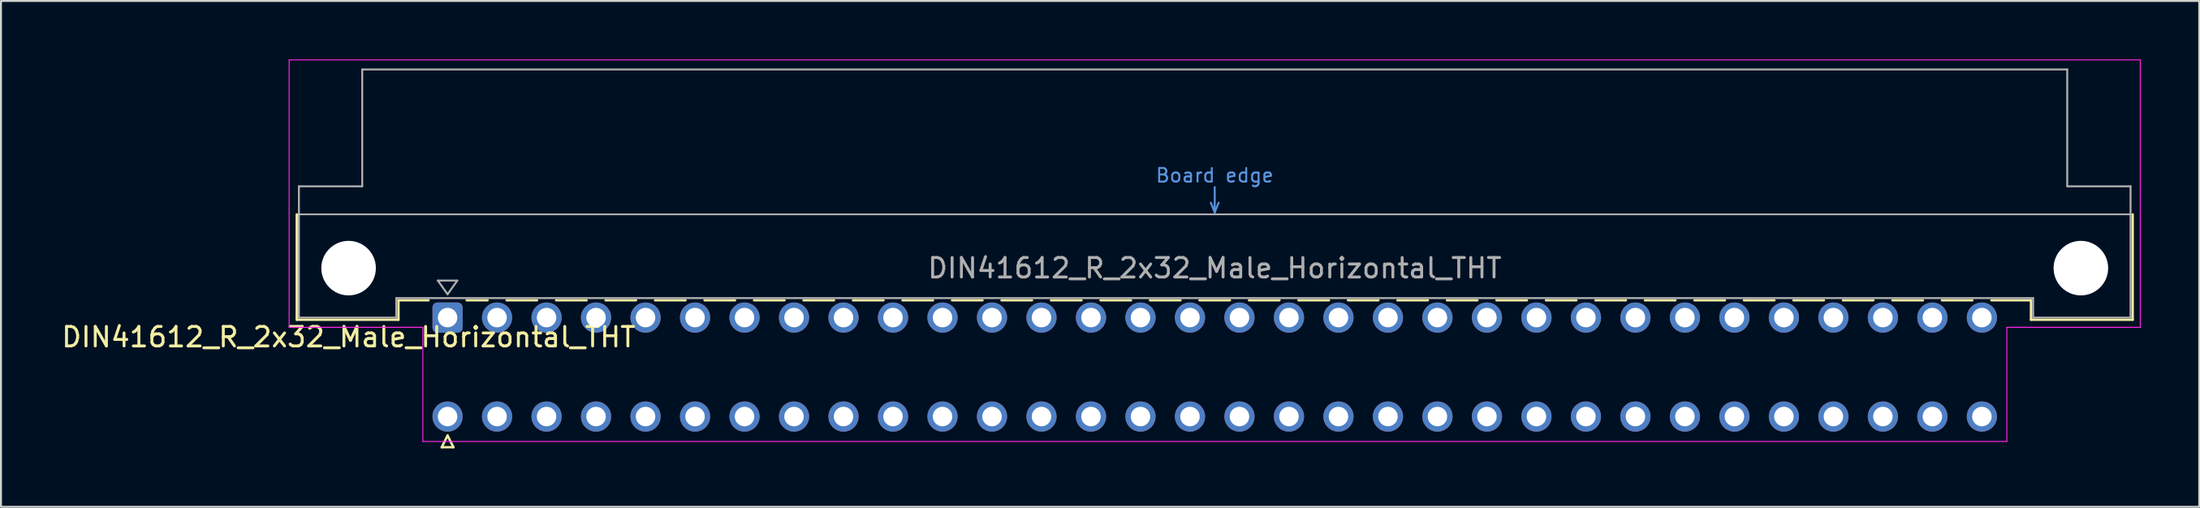
<source format=kicad_pcb>
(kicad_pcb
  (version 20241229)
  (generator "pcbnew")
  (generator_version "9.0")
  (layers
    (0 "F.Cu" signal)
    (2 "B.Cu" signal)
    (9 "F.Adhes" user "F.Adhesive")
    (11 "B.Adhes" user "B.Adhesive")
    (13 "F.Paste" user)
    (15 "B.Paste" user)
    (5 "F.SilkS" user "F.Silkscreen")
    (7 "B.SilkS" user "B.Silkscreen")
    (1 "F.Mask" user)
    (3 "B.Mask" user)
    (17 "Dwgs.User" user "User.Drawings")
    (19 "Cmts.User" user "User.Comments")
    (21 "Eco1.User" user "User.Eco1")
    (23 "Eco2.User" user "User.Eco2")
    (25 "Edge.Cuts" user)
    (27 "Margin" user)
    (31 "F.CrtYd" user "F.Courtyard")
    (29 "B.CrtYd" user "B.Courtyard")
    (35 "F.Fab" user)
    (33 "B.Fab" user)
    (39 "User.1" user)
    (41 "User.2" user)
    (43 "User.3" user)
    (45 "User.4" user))
  (footprint "DIN41612_R_2x32_Male_Horizontal_THT"
    (layer "F.Cu")
    (at 19.919 13.255)
    (property "Reference" "DIN41612_R_2x32_Male_Horizontal_THT" (at -5.08 1 0) (layer "F.SilkS") (effects (font (size 1 1) (thickness 0.15))))
    (attr through_hole)
    (fp_line (start -7.74 -5.3) (end -7.74 0.11) (stroke (width 0.12) (type solid)) (layer "F.SilkS"))
    (fp_line (start -7.74 0.11) (end -2.52 0.11) (stroke (width 0.12) (type solid)) (layer "F.SilkS"))
    (fp_line (start -2.521 -0.89) (end -0.976 -0.89) (stroke (width 0.12) (type solid)) (layer "F.SilkS"))
    (fp_line (start -2.52 0.11) (end -2.52 -0.89) (stroke (width 0.12) (type solid)) (layer "F.SilkS"))
    (fp_line (start -0.3 6.655) (end 0.3 6.655) (stroke (width 0.12) (type solid)) (layer "F.SilkS"))
    (fp_line (start 0 6.055) (end -0.3 6.655) (stroke (width 0.12) (type solid)) (layer "F.SilkS"))
    (fp_line (start 0.3 6.655) (end 0 6.055) (stroke (width 0.12) (type solid)) (layer "F.SilkS"))
    (fp_line (start 0.976 -0.89) (end 2.053 -0.89) (stroke (width 0.12) (type solid)) (layer "F.SilkS"))
    (fp_line (start 3.028 -0.89) (end 4.593 -0.89) (stroke (width 0.12) (type solid)) (layer "F.SilkS"))
    (fp_line (start 5.568 -0.89) (end 7.133 -0.89) (stroke (width 0.12) (type solid)) (layer "F.SilkS"))
    (fp_line (start 8.108 -0.89) (end 9.673 -0.89) (stroke (width 0.12) (type solid)) (layer "F.SilkS"))
    (fp_line (start 10.648 -0.89) (end 12.213 -0.89) (stroke (width 0.12) (type solid)) (layer "F.SilkS"))
    (fp_line (start 13.188 -0.89) (end 14.753 -0.89) (stroke (width 0.12) (type solid)) (layer "F.SilkS"))
    (fp_line (start 15.728 -0.89) (end 17.293 -0.89) (stroke (width 0.12) (type solid)) (layer "F.SilkS"))
    (fp_line (start 18.268 -0.89) (end 19.833 -0.89) (stroke (width 0.12) (type solid)) (layer "F.SilkS"))
    (fp_line (start 20.808 -0.89) (end 22.373 -0.89) (stroke (width 0.12) (type solid)) (layer "F.SilkS"))
    (fp_line (start 23.348 -0.89) (end 24.913 -0.89) (stroke (width 0.12) (type solid)) (layer "F.SilkS"))
    (fp_line (start 25.888 -0.89) (end 27.453 -0.89) (stroke (width 0.12) (type solid)) (layer "F.SilkS"))
    (fp_line (start 28.428 -0.89) (end 29.993 -0.89) (stroke (width 0.12) (type solid)) (layer "F.SilkS"))
    (fp_line (start 30.968 -0.89) (end 32.533 -0.89) (stroke (width 0.12) (type solid)) (layer "F.SilkS"))
    (fp_line (start 33.508 -0.89) (end 35.073 -0.89) (stroke (width 0.12) (type solid)) (layer "F.SilkS"))
    (fp_line (start 36.048 -0.89) (end 37.613 -0.89) (stroke (width 0.12) (type solid)) (layer "F.SilkS"))
    (fp_line (start 38.588 -0.89) (end 40.153 -0.89) (stroke (width 0.12) (type solid)) (layer "F.SilkS"))
    (fp_line (start 41.128 -0.89) (end 42.693 -0.89) (stroke (width 0.12) (type solid)) (layer "F.SilkS"))
    (fp_line (start 43.668 -0.89) (end 45.233 -0.89) (stroke (width 0.12) (type solid)) (layer "F.SilkS"))
    (fp_line (start 46.208 -0.89) (end 47.773 -0.89) (stroke (width 0.12) (type solid)) (layer "F.SilkS"))
    (fp_line (start 48.748 -0.89) (end 50.313 -0.89) (stroke (width 0.12) (type solid)) (layer "F.SilkS"))
    (fp_line (start 51.288 -0.89) (end 52.853 -0.89) (stroke (width 0.12) (type solid)) (layer "F.SilkS"))
    (fp_line (start 53.828 -0.89) (end 55.393 -0.89) (stroke (width 0.12) (type solid)) (layer "F.SilkS"))
    (fp_line (start 56.368 -0.89) (end 57.933 -0.89) (stroke (width 0.12) (type solid)) (layer "F.SilkS"))
    (fp_line (start 58.908 -0.89) (end 60.473 -0.89) (stroke (width 0.12) (type solid)) (layer "F.SilkS"))
    (fp_line (start 61.448 -0.89) (end 63.013 -0.89) (stroke (width 0.12) (type solid)) (layer "F.SilkS"))
    (fp_line (start 63.988 -0.89) (end 65.553 -0.89) (stroke (width 0.12) (type solid)) (layer "F.SilkS"))
    (fp_line (start 66.528 -0.89) (end 68.093 -0.89) (stroke (width 0.12) (type solid)) (layer "F.SilkS"))
    (fp_line (start 69.068 -0.89) (end 70.633 -0.89) (stroke (width 0.12) (type solid)) (layer "F.SilkS"))
    (fp_line (start 71.608 -0.89) (end 73.173 -0.89) (stroke (width 0.12) (type solid)) (layer "F.SilkS"))
    (fp_line (start 74.148 -0.89) (end 75.713 -0.89) (stroke (width 0.12) (type solid)) (layer "F.SilkS"))
    (fp_line (start 76.688 -0.89) (end 78.253 -0.89) (stroke (width 0.12) (type solid)) (layer "F.SilkS"))
    (fp_line (start 79.228 -0.89) (end 81.26 -0.89) (stroke (width 0.12) (type solid)) (layer "F.SilkS"))
    (fp_line (start 81.26 0.11) (end 81.26 -0.89) (stroke (width 0.12) (type solid)) (layer "F.SilkS"))
    (fp_line (start 86.48 -5.3) (end 86.48 0.11) (stroke (width 0.12) (type solid)) (layer "F.SilkS"))
    (fp_line (start 86.48 0.11) (end 81.26 0.11) (stroke (width 0.12) (type solid)) (layer "F.SilkS"))
    (fp_line (start -7.63 -5.3) (end 86.37 -5.3) (stroke (width 0.08) (type solid)) (layer "Dwgs.User"))
    (fp_line (start 39.17 -5.9) (end 39.37 -5.4) (stroke (width 0.1) (type solid)) (layer "Cmts.User"))
    (fp_line (start 39.37 -5.4) (end 39.37 -6.7) (stroke (width 0.1) (type solid)) (layer "Cmts.User"))
    (fp_line (start 39.37 -5.4) (end 39.57 -5.9) (stroke (width 0.1) (type solid)) (layer "Cmts.User"))
    (fp_line (start -8.13 -13.23) (end -8.13 0.5) (stroke (width 0.05) (type solid)) (layer "F.CrtYd"))
    (fp_line (start -8.13 0.5) (end -1.27 0.5) (stroke (width 0.05) (type solid)) (layer "F.CrtYd"))
    (fp_line (start -1.27 0.5) (end -1.27 6.36) (stroke (width 0.05) (type solid)) (layer "F.CrtYd"))
    (fp_line (start -1.27 6.36) (end 80.02 6.36) (stroke (width 0.05) (type solid)) (layer "F.CrtYd"))
    (fp_line (start 80.02 0.5) (end 86.87 0.5) (stroke (width 0.05) (type solid)) (layer "F.CrtYd"))
    (fp_line (start 80.02 6.36) (end 80.02 0.5) (stroke (width 0.05) (type solid)) (layer "F.CrtYd"))
    (fp_line (start 86.87 -13.23) (end -8.13 -13.23) (stroke (width 0.05) (type solid)) (layer "F.CrtYd"))
    (fp_line (start 86.87 0.5) (end 86.87 -13.23) (stroke (width 0.05) (type solid)) (layer "F.CrtYd"))
    (fp_line (start -7.63 -6.74) (end -7.63 0) (stroke (width 0.1) (type solid)) (layer "F.Fab"))
    (fp_line (start -7.63 0) (end -2.63 0) (stroke (width 0.1) (type solid)) (layer "F.Fab"))
    (fp_line (start -4.38 -12.74) (end -4.38 -6.74) (stroke (width 0.1) (type solid)) (layer "F.Fab"))
    (fp_line (start -4.38 -6.74) (end -7.63 -6.74) (stroke (width 0.1) (type solid)) (layer "F.Fab"))
    (fp_line (start -2.63 -1) (end 81.37 -1) (stroke (width 0.1) (type solid)) (layer "F.Fab"))
    (fp_line (start -2.63 0) (end -2.63 -1) (stroke (width 0.1) (type solid)) (layer "F.Fab"))
    (fp_line (start -0.5 -1.9) (end 0.5 -1.9) (stroke (width 0.1) (type solid)) (layer "F.Fab"))
    (fp_line (start 0 -1.2) (end -0.5 -1.9) (stroke (width 0.1) (type solid)) (layer "F.Fab"))
    (fp_line (start 0.5 -1.9) (end 0 -1.2) (stroke (width 0.1) (type solid)) (layer "F.Fab"))
    (fp_line (start 81.37 -1) (end 81.37 0) (stroke (width 0.1) (type solid)) (layer "F.Fab"))
    (fp_line (start 81.37 0) (end 86.37 0) (stroke (width 0.1) (type solid)) (layer "F.Fab"))
    (fp_line (start 83.12 -12.74) (end -4.38 -12.74) (stroke (width 0.1) (type solid)) (layer "F.Fab"))
    (fp_line (start 83.12 -6.74) (end 83.12 -12.74) (stroke (width 0.1) (type solid)) (layer "F.Fab"))
    (fp_line (start 86.37 -6.74) (end 83.12 -6.74) (stroke (width 0.1) (type solid)) (layer "F.Fab"))
    (fp_line (start 86.37 0) (end 86.37 -6.74) (stroke (width 0.1) (type solid)) (layer "F.Fab"))
    (fp_text user "Board edge" (at 39.37 -7.3 0) (layer "Cmts.User") (effects (font (size 0.7 0.7) (thickness 0.1))))
    (fp_text user "${REFERENCE}" (at 39.37 -2.54 0) (layer "F.Fab") (effects (font (size 1 1) (thickness 0.15))))
    (pad "" np_thru_hole circle (at -5.08 -2.54) (size 2.8 2.8) (drill 2.8) (layers "*.Cu" "*.Mask"))
    (pad "" np_thru_hole circle (at 83.82 -2.54) (size 2.8 2.8) (drill 2.8) (layers "*.Cu" "*.Mask"))
    (pad "a0" thru_hole roundrect (at 0 0) (size 1.55 1.55) (drill 1) (layers "*.Cu" "*.Mask") (roundrect_rratio 0.161))
    (pad "a1" thru_hole circle (at 2.54 0) (size 1.55 1.55) (drill 1) (layers "*.Cu" "*.Mask"))
    (pad "a2" thru_hole circle (at 5.08 0) (size 1.55 1.55) (drill 1) (layers "*.Cu" "*.Mask"))
    (pad "a3" thru_hole circle (at 7.62 0) (size 1.55 1.55) (drill 1) (layers "*.Cu" "*.Mask"))
    (pad "a4" thru_hole circle (at 10.16 0) (size 1.55 1.55) (drill 1) (layers "*.Cu" "*.Mask"))
    (pad "a5" thru_hole circle (at 12.7 0) (size 1.55 1.55) (drill 1) (layers "*.Cu" "*.Mask"))
    (pad "a6" thru_hole circle (at 15.24 0) (size 1.55 1.55) (drill 1) (layers "*.Cu" "*.Mask"))
    (pad "a7" thru_hole circle (at 17.78 0) (size 1.55 1.55) (drill 1) (layers "*.Cu" "*.Mask"))
    (pad "a8" thru_hole circle (at 20.32 0) (size 1.55 1.55) (drill 1) (layers "*.Cu" "*.Mask"))
    (pad "a9" thru_hole circle (at 22.86 0) (size 1.55 1.55) (drill 1) (layers "*.Cu" "*.Mask"))
    (pad "a10" thru_hole circle (at 25.4 0) (size 1.55 1.55) (drill 1) (layers "*.Cu" "*.Mask"))
    (pad "a11" thru_hole circle (at 27.94 0) (size 1.55 1.55) (drill 1) (layers "*.Cu" "*.Mask"))
    (pad "a12" thru_hole circle (at 30.48 0) (size 1.55 1.55) (drill 1) (layers "*.Cu" "*.Mask"))
    (pad "a13" thru_hole circle (at 33.02 0) (size 1.55 1.55) (drill 1) (layers "*.Cu" "*.Mask"))
    (pad "a14" thru_hole circle (at 35.56 0) (size 1.55 1.55) (drill 1) (layers "*.Cu" "*.Mask"))
    (pad "a15" thru_hole circle (at 38.1 0) (size 1.55 1.55) (drill 1) (layers "*.Cu" "*.Mask"))
    (pad "a16" thru_hole circle (at 40.64 0) (size 1.55 1.55) (drill 1) (layers "*.Cu" "*.Mask"))
    (pad "a17" thru_hole circle (at 43.18 0) (size 1.55 1.55) (drill 1) (layers "*.Cu" "*.Mask"))
    (pad "a18" thru_hole circle (at 45.72 0) (size 1.55 1.55) (drill 1) (layers "*.Cu" "*.Mask"))
    (pad "a19" thru_hole circle (at 48.26 0) (size 1.55 1.55) (drill 1) (layers "*.Cu" "*.Mask"))
    (pad "a20" thru_hole circle (at 50.8 0) (size 1.55 1.55) (drill 1) (layers "*.Cu" "*.Mask"))
    (pad "a21" thru_hole circle (at 53.34 0) (size 1.55 1.55) (drill 1) (layers "*.Cu" "*.Mask"))
    (pad "a22" thru_hole circle (at 55.88 0) (size 1.55 1.55) (drill 1) (layers "*.Cu" "*.Mask"))
    (pad "a23" thru_hole circle (at 58.42 0) (size 1.55 1.55) (drill 1) (layers "*.Cu" "*.Mask"))
    (pad "a24" thru_hole circle (at 60.96 0) (size 1.55 1.55) (drill 1) (layers "*.Cu" "*.Mask"))
    (pad "a25" thru_hole circle (at 63.5 0) (size 1.55 1.55) (drill 1) (layers "*.Cu" "*.Mask"))
    (pad "a26" thru_hole circle (at 66.04 0) (size 1.55 1.55) (drill 1) (layers "*.Cu" "*.Mask"))
    (pad "a27" thru_hole circle (at 68.58 0) (size 1.55 1.55) (drill 1) (layers "*.Cu" "*.Mask"))
    (pad "a28" thru_hole circle (at 71.12 0) (size 1.55 1.55) (drill 1) (layers "*.Cu" "*.Mask"))
    (pad "a29" thru_hole circle (at 73.66 0) (size 1.55 1.55) (drill 1) (layers "*.Cu" "*.Mask"))
    (pad "a30" thru_hole circle (at 76.2 0) (size 1.55 1.55) (drill 1) (layers "*.Cu" "*.Mask"))
    (pad "a31" thru_hole circle (at 78.74 0) (size 1.55 1.55) (drill 1) (layers "*.Cu" "*.Mask"))
    (pad "c0" thru_hole circle (at 0 5.08) (size 1.55 1.55) (drill 1) (layers "*.Cu" "*.Mask"))
    (pad "c1" thru_hole circle (at 2.54 5.08) (size 1.55 1.55) (drill 1) (layers "*.Cu" "*.Mask"))
    (pad "c2" thru_hole circle (at 5.08 5.08) (size 1.55 1.55) (drill 1) (layers "*.Cu" "*.Mask"))
    (pad "c3" thru_hole circle (at 7.62 5.08) (size 1.55 1.55) (drill 1) (layers "*.Cu" "*.Mask"))
    (pad "c4" thru_hole circle (at 10.16 5.08) (size 1.55 1.55) (drill 1) (layers "*.Cu" "*.Mask"))
    (pad "c5" thru_hole circle (at 12.7 5.08) (size 1.55 1.55) (drill 1) (layers "*.Cu" "*.Mask"))
    (pad "c6" thru_hole circle (at 15.24 5.08) (size 1.55 1.55) (drill 1) (layers "*.Cu" "*.Mask"))
    (pad "c7" thru_hole circle (at 17.78 5.08) (size 1.55 1.55) (drill 1) (layers "*.Cu" "*.Mask"))
    (pad "c8" thru_hole circle (at 20.32 5.08) (size 1.55 1.55) (drill 1) (layers "*.Cu" "*.Mask"))
    (pad "c9" thru_hole circle (at 22.86 5.08) (size 1.55 1.55) (drill 1) (layers "*.Cu" "*.Mask"))
    (pad "c10" thru_hole circle (at 25.4 5.08) (size 1.55 1.55) (drill 1) (layers "*.Cu" "*.Mask"))
    (pad "c11" thru_hole circle (at 27.94 5.08) (size 1.55 1.55) (drill 1) (layers "*.Cu" "*.Mask"))
    (pad "c12" thru_hole circle (at 30.48 5.08) (size 1.55 1.55) (drill 1) (layers "*.Cu" "*.Mask"))
    (pad "c13" thru_hole circle (at 33.02 5.08) (size 1.55 1.55) (drill 1) (layers "*.Cu" "*.Mask"))
    (pad "c14" thru_hole circle (at 35.56 5.08) (size 1.55 1.55) (drill 1) (layers "*.Cu" "*.Mask"))
    (pad "c15" thru_hole circle (at 38.1 5.08) (size 1.55 1.55) (drill 1) (layers "*.Cu" "*.Mask"))
    (pad "c16" thru_hole circle (at 40.64 5.08) (size 1.55 1.55) (drill 1) (layers "*.Cu" "*.Mask"))
    (pad "c17" thru_hole circle (at 43.18 5.08) (size 1.55 1.55) (drill 1) (layers "*.Cu" "*.Mask"))
    (pad "c18" thru_hole circle (at 45.72 5.08) (size 1.55 1.55) (drill 1) (layers "*.Cu" "*.Mask"))
    (pad "c19" thru_hole circle (at 48.26 5.08) (size 1.55 1.55) (drill 1) (layers "*.Cu" "*.Mask"))
    (pad "c20" thru_hole circle (at 50.8 5.08) (size 1.55 1.55) (drill 1) (layers "*.Cu" "*.Mask"))
    (pad "c21" thru_hole circle (at 53.34 5.08) (size 1.55 1.55) (drill 1) (layers "*.Cu" "*.Mask"))
    (pad "c22" thru_hole circle (at 55.88 5.08) (size 1.55 1.55) (drill 1) (layers "*.Cu" "*.Mask"))
    (pad "c23" thru_hole circle (at 58.42 5.08) (size 1.55 1.55) (drill 1) (layers "*.Cu" "*.Mask"))
    (pad "c24" thru_hole circle (at 60.96 5.08) (size 1.55 1.55) (drill 1) (layers "*.Cu" "*.Mask"))
    (pad "c25" thru_hole circle (at 63.5 5.08) (size 1.55 1.55) (drill 1) (layers "*.Cu" "*.Mask"))
    (pad "c26" thru_hole circle (at 66.04 5.08) (size 1.55 1.55) (drill 1) (layers "*.Cu" "*.Mask"))
    (pad "c27" thru_hole circle (at 68.58 5.08) (size 1.55 1.55) (drill 1) (layers "*.Cu" "*.Mask"))
    (pad "c28" thru_hole circle (at 71.12 5.08) (size 1.55 1.55) (drill 1) (layers "*.Cu" "*.Mask"))
    (pad "c29" thru_hole circle (at 73.66 5.08) (size 1.55 1.55) (drill 1) (layers "*.Cu" "*.Mask"))
    (pad "c30" thru_hole circle (at 76.2 5.08) (size 1.55 1.55) (drill 1) (layers "*.Cu" "*.Mask"))
    (pad "c31" thru_hole circle (at 78.74 5.08) (size 1.55 1.55) (drill 1) (layers "*.Cu" "*.Mask")))
  (gr_rect
    (start -3 -3)
    (end 109.814 22.97)
    (stroke (width 0.1) (type default))
    (fill no)
    (layer "Edge.Cuts")))
</source>
